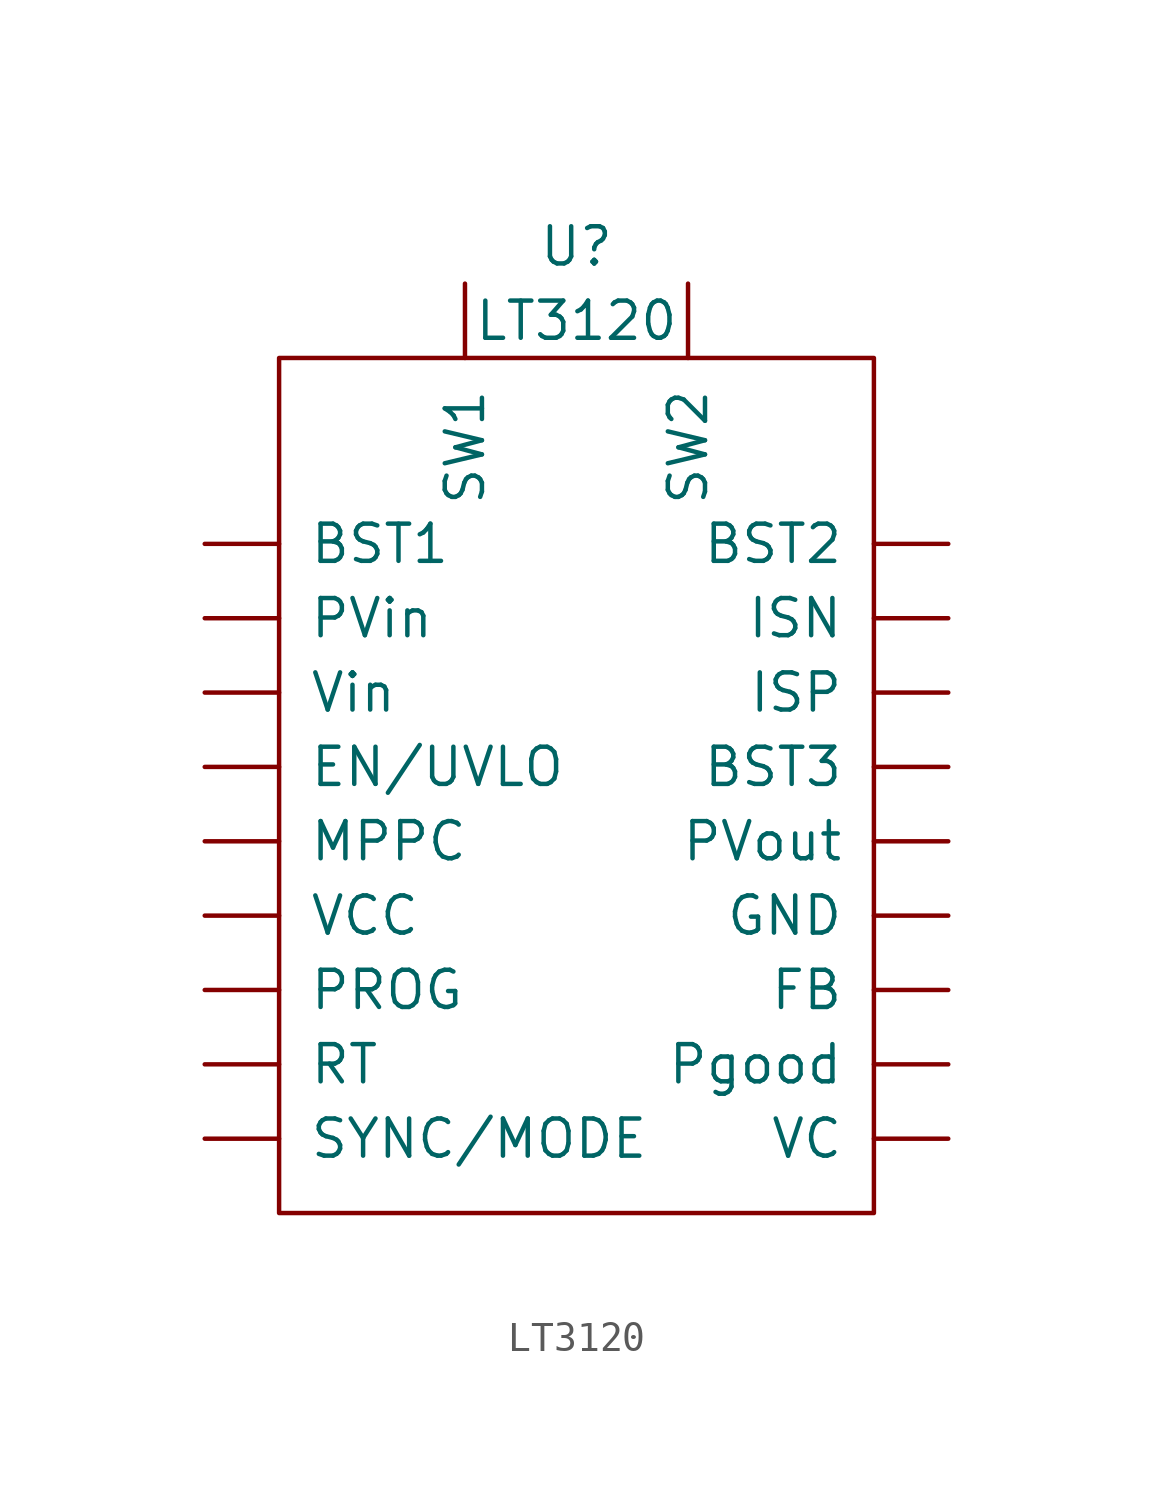
<source format=kicad_sym>
(kicad_symbol_lib
  (version 20211014)
  (generator kicad_symbol_editor)
  (symbol "LT3120"
    (pin_names
      (offset 1.016))
    (property "Reference" "U"
      (at 0 8.89 0)
      (effects (font (size 1.27 1.27))))
    (property "Value" "LT3120"
      (at 0 6.35 0)
      (effects (font (size 1.27 1.27))))
    (symbol "LT3120_0_1"
      (rectangle (start -10.16 5.08) (end 10.16 -24.13) (stroke (width 0) (type default) (color 0 0 0 0)) (fill (type none))))
    (symbol "LT3120_1_1"
      (pin input line (at -12.7 -1.27 0) (length 2.54) (name "BST1" (effects (font (size 1.27 1.27)))) (number "~" (effects (font (size 1.27 1.27)))))
      (pin input line (at 12.7 -1.27 180) (length 2.54) (name "BST2" (effects (font (size 1.27 1.27)))) (number "~" (effects (font (size 1.27 1.27)))))
      (pin input line (at 12.7 -8.89 180) (length 2.54) (name "BST3" (effects (font (size 1.27 1.27)))) (number "~" (effects (font (size 1.27 1.27)))))
      (pin input line (at -12.7 -8.89 0) (length 2.54) (name "EN/UVLO" (effects (font (size 1.27 1.27)))) (number "~" (effects (font (size 1.27 1.27)))))
      (pin input line (at 12.7 -16.51 180) (length 2.54) (name "FB" (effects (font (size 1.27 1.27)))) (number "~" (effects (font (size 1.27 1.27)))))
      (pin input line (at 12.7 -13.97 180) (length 2.54) (name "GND" (effects (font (size 1.27 1.27)))) (number "~" (effects (font (size 1.27 1.27)))))
      (pin input line (at 12.7 -3.81 180) (length 2.54) (name "ISN" (effects (font (size 1.27 1.27)))) (number "~" (effects (font (size 1.27 1.27)))))
      (pin input line (at 12.7 -6.35 180) (length 2.54) (name "ISP" (effects (font (size 1.27 1.27)))) (number "~" (effects (font (size 1.27 1.27)))))
      (pin input line (at -12.7 -11.43 0) (length 2.54) (name "MPPC" (effects (font (size 1.27 1.27)))) (number "~" (effects (font (size 1.27 1.27)))))
      (pin input line (at 12.7 -19.05 180) (length 2.54) (name "Pgood" (effects (font (size 1.27 1.27)))) (number "~" (effects (font (size 1.27 1.27)))))
      (pin input line (at -12.7 -16.51 0) (length 2.54) (name "PROG" (effects (font (size 1.27 1.27)))) (number "~" (effects (font (size 1.27 1.27)))))
      (pin input line (at -12.7 -3.81 0) (length 2.54) (name "PVin" (effects (font (size 1.27 1.27)))) (number "~" (effects (font (size 1.27 1.27)))))
      (pin input line (at 12.7 -11.43 180) (length 2.54) (name "PVout" (effects (font (size 1.27 1.27)))) (number "~" (effects (font (size 1.27 1.27)))))
      (pin input line (at -12.7 -19.05 0) (length 2.54) (name "RT" (effects (font (size 1.27 1.27)))) (number "~" (effects (font (size 1.27 1.27)))))
      (pin input line (at -3.81 7.62 270) (length 2.54) (name "SW1" (effects (font (size 1.27 1.27)))) (number "~" (effects (font (size 1.27 1.27)))))
      (pin input line (at 3.81 7.62 270) (length 2.54) (name "SW2" (effects (font (size 1.27 1.27)))) (number "~" (effects (font (size 1.27 1.27)))))
      (pin input line (at -12.7 -21.59 0) (length 2.54) (name "SYNC/MODE" (effects (font (size 1.27 1.27)))) (number "~" (effects (font (size 1.27 1.27)))))
      (pin input line (at 12.7 -21.59 180) (length 2.54) (name "VC" (effects (font (size 1.27 1.27)))) (number "~" (effects (font (size 1.27 1.27)))))
      (pin input line (at -12.7 -13.97 0) (length 2.54) (name "VCC" (effects (font (size 1.27 1.27)))) (number "~" (effects (font (size 1.27 1.27)))))
      (pin input line (at -12.7 -6.35 0) (length 2.54) (name "Vin" (effects (font (size 1.27 1.27)))) (number "~" (effects (font (size 1.27 1.27))))))))
</source>
